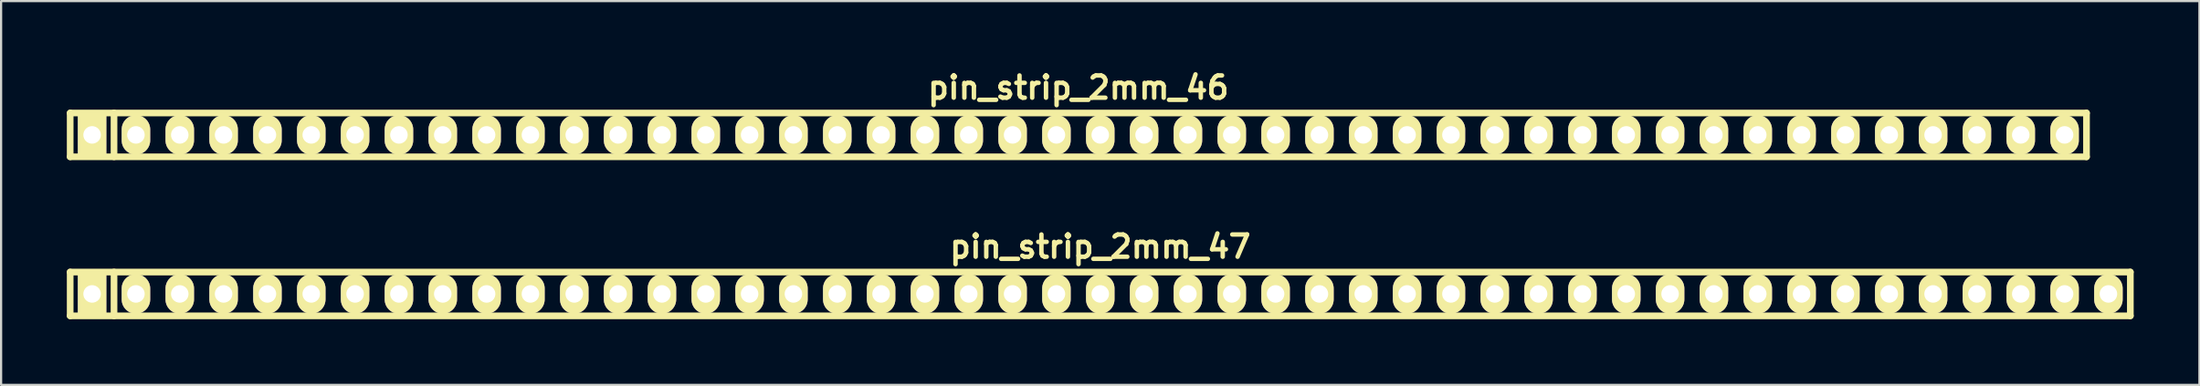
<source format=kicad_pcb>
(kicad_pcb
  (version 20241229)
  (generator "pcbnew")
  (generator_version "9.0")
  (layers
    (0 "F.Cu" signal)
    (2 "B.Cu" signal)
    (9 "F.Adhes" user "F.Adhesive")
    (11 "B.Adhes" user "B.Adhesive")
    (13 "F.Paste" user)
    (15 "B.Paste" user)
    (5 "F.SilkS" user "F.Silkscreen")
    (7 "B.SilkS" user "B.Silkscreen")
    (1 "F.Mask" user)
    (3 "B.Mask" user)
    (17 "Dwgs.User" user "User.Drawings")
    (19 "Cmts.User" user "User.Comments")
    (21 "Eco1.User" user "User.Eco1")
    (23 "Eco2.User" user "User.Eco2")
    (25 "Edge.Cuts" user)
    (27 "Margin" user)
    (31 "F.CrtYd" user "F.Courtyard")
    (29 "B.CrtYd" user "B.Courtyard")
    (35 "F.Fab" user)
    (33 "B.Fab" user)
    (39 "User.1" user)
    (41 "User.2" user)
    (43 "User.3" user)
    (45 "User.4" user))
  (footprint "pin_strip_2mm_47"
    (layer "F.Cu")
    (at 47.152 10.372)
    (property "Reference" "pin_strip_2mm_47" (at 0 -2.159 0) (layer "F.SilkS") (effects (font (size 1.016 1.016) (thickness 0.203))))
    (attr through_hole)
    (fp_line (start -47 -1) (end 47 -1) (stroke (width 0.305) (type solid)) (layer "F.SilkS"))
    (fp_line (start -47 1) (end -47 -1) (stroke (width 0.305) (type solid)) (layer "F.SilkS"))
    (fp_line (start -45 -1) (end -45 1) (stroke (width 0.305) (type solid)) (layer "F.SilkS"))
    (fp_line (start 47 -1) (end 47 1) (stroke (width 0.305) (type solid)) (layer "F.SilkS"))
    (fp_line (start 47 1) (end -47 1) (stroke (width 0.305) (type solid)) (layer "F.SilkS"))
    (pad "1" thru_hole rect (at -46 0) (size 1.3 1.8) (drill 0.8) (layers "*.Cu" "*.Mask" "F.SilkS"))
    (pad "2" thru_hole oval (at -44 0) (size 1.3 1.8) (drill 0.8) (layers "*.Cu" "*.Mask" "F.SilkS"))
    (pad "3" thru_hole oval (at -42 0) (size 1.3 1.8) (drill 0.8) (layers "*.Cu" "*.Mask" "F.SilkS"))
    (pad "4" thru_hole oval (at -40 0) (size 1.3 1.8) (drill 0.8) (layers "*.Cu" "*.Mask" "F.SilkS"))
    (pad "5" thru_hole oval (at -38 0) (size 1.3 1.8) (drill 0.8) (layers "*.Cu" "*.Mask" "F.SilkS"))
    (pad "6" thru_hole oval (at -36 0) (size 1.3 1.8) (drill 0.8) (layers "*.Cu" "*.Mask" "F.SilkS"))
    (pad "7" thru_hole oval (at -34 0) (size 1.3 1.8) (drill 0.8) (layers "*.Cu" "*.Mask" "F.SilkS"))
    (pad "8" thru_hole oval (at -32 0) (size 1.3 1.8) (drill 0.8) (layers "*.Cu" "*.Mask" "F.SilkS"))
    (pad "9" thru_hole oval (at -30 0) (size 1.3 1.8) (drill 0.8) (layers "*.Cu" "*.Mask" "F.SilkS"))
    (pad "10" thru_hole oval (at -28 0) (size 1.3 1.8) (drill 0.8) (layers "*.Cu" "*.Mask" "F.SilkS"))
    (pad "11" thru_hole oval (at -26 0) (size 1.3 1.8) (drill 0.8) (layers "*.Cu" "*.Mask" "F.SilkS"))
    (pad "12" thru_hole oval (at -24 0) (size 1.3 1.8) (drill 0.8) (layers "*.Cu" "*.Mask" "F.SilkS"))
    (pad "13" thru_hole oval (at -22 0) (size 1.3 1.8) (drill 0.8) (layers "*.Cu" "*.Mask" "F.SilkS"))
    (pad "14" thru_hole oval (at -20 0) (size 1.3 1.8) (drill 0.8) (layers "*.Cu" "*.Mask" "F.SilkS"))
    (pad "15" thru_hole oval (at -18 0) (size 1.3 1.8) (drill 0.8) (layers "*.Cu" "*.Mask" "F.SilkS"))
    (pad "16" thru_hole oval (at -16 0) (size 1.3 1.8) (drill 0.8) (layers "*.Cu" "*.Mask" "F.SilkS"))
    (pad "17" thru_hole oval (at -14 0) (size 1.3 1.8) (drill 0.8) (layers "*.Cu" "*.Mask" "F.SilkS"))
    (pad "18" thru_hole oval (at -12 0) (size 1.3 1.8) (drill 0.8) (layers "*.Cu" "*.Mask" "F.SilkS"))
    (pad "19" thru_hole oval (at -10 0) (size 1.3 1.8) (drill 0.8) (layers "*.Cu" "*.Mask" "F.SilkS"))
    (pad "20" thru_hole oval (at -8 0) (size 1.3 1.8) (drill 0.8) (layers "*.Cu" "*.Mask" "F.SilkS"))
    (pad "21" thru_hole oval (at -6 0) (size 1.3 1.8) (drill 0.8) (layers "*.Cu" "*.Mask" "F.SilkS"))
    (pad "22" thru_hole oval (at -4 0) (size 1.3 1.8) (drill 0.8) (layers "*.Cu" "*.Mask" "F.SilkS"))
    (pad "23" thru_hole oval (at -2 0) (size 1.3 1.8) (drill 0.8) (layers "*.Cu" "*.Mask" "F.SilkS"))
    (pad "24" thru_hole oval (at 0 0) (size 1.3 1.8) (drill 0.8) (layers "*.Cu" "*.Mask" "F.SilkS"))
    (pad "25" thru_hole oval (at 2 0) (size 1.3 1.8) (drill 0.8) (layers "*.Cu" "*.Mask" "F.SilkS"))
    (pad "26" thru_hole oval (at 4 0) (size 1.3 1.8) (drill 0.8) (layers "*.Cu" "*.Mask" "F.SilkS"))
    (pad "27" thru_hole oval (at 6 0) (size 1.3 1.8) (drill 0.8) (layers "*.Cu" "*.Mask" "F.SilkS"))
    (pad "28" thru_hole oval (at 8 0) (size 1.3 1.8) (drill 0.8) (layers "*.Cu" "*.Mask" "F.SilkS"))
    (pad "29" thru_hole oval (at 10 0) (size 1.3 1.8) (drill 0.8) (layers "*.Cu" "*.Mask" "F.SilkS"))
    (pad "30" thru_hole oval (at 12 0) (size 1.3 1.8) (drill 0.8) (layers "*.Cu" "*.Mask" "F.SilkS"))
    (pad "31" thru_hole oval (at 14 0) (size 1.3 1.8) (drill 0.8) (layers "*.Cu" "*.Mask" "F.SilkS"))
    (pad "32" thru_hole oval (at 16 0) (size 1.3 1.8) (drill 0.8) (layers "*.Cu" "*.Mask" "F.SilkS"))
    (pad "33" thru_hole oval (at 18 0) (size 1.3 1.8) (drill 0.8) (layers "*.Cu" "*.Mask" "F.SilkS"))
    (pad "34" thru_hole oval (at 20 0) (size 1.3 1.8) (drill 0.8) (layers "*.Cu" "*.Mask" "F.SilkS"))
    (pad "35" thru_hole oval (at 22 0) (size 1.3 1.8) (drill 0.8) (layers "*.Cu" "*.Mask" "F.SilkS"))
    (pad "36" thru_hole oval (at 24 0) (size 1.3 1.8) (drill 0.8) (layers "*.Cu" "*.Mask" "F.SilkS"))
    (pad "37" thru_hole oval (at 26 0) (size 1.3 1.8) (drill 0.8) (layers "*.Cu" "*.Mask" "F.SilkS"))
    (pad "38" thru_hole oval (at 28 0) (size 1.3 1.8) (drill 0.8) (layers "*.Cu" "*.Mask" "F.SilkS"))
    (pad "39" thru_hole oval (at 30 0) (size 1.3 1.8) (drill 0.8) (layers "*.Cu" "*.Mask" "F.SilkS"))
    (pad "40" thru_hole oval (at 32 0) (size 1.3 1.8) (drill 0.8) (layers "*.Cu" "*.Mask" "F.SilkS"))
    (pad "41" thru_hole oval (at 34 0) (size 1.3 1.8) (drill 0.8) (layers "*.Cu" "*.Mask" "F.SilkS"))
    (pad "42" thru_hole oval (at 36 0) (size 1.3 1.8) (drill 0.8) (layers "*.Cu" "*.Mask" "F.SilkS"))
    (pad "43" thru_hole oval (at 38 0) (size 1.3 1.8) (drill 0.8) (layers "*.Cu" "*.Mask" "F.SilkS"))
    (pad "44" thru_hole oval (at 40 0) (size 1.3 1.8) (drill 0.8) (layers "*.Cu" "*.Mask" "F.SilkS"))
    (pad "45" thru_hole oval (at 42 0) (size 1.3 1.8) (drill 0.8) (layers "*.Cu" "*.Mask" "F.SilkS"))
    (pad "46" thru_hole oval (at 44 0) (size 1.3 1.8) (drill 0.8) (layers "*.Cu" "*.Mask" "F.SilkS"))
    (pad "47" thru_hole oval (at 46 0) (size 1.3 1.8) (drill 0.8) (layers "*.Cu" "*.Mask" "F.SilkS")))
  (footprint "pin_strip_2mm_46"
    (layer "F.Cu")
    (at 46.152 3.11)
    (property "Reference" "pin_strip_2mm_46" (at 0 -2.159 0) (layer "F.SilkS") (effects (font (size 1.016 1.016) (thickness 0.203))))
    (attr through_hole)
    (fp_line (start -46 -1) (end 46 -1) (stroke (width 0.305) (type solid)) (layer "F.SilkS"))
    (fp_line (start -46 1) (end -46 -1) (stroke (width 0.305) (type solid)) (layer "F.SilkS"))
    (fp_line (start -44 -1) (end -44 1) (stroke (width 0.305) (type solid)) (layer "F.SilkS"))
    (fp_line (start 46 -1) (end 46 1) (stroke (width 0.305) (type solid)) (layer "F.SilkS"))
    (fp_line (start 46 1) (end -46 1) (stroke (width 0.305) (type solid)) (layer "F.SilkS"))
    (pad "1" thru_hole rect (at -45 0) (size 1.3 1.8) (drill 0.8) (layers "*.Cu" "*.Mask" "F.SilkS"))
    (pad "2" thru_hole oval (at -43 0) (size 1.3 1.8) (drill 0.8) (layers "*.Cu" "*.Mask" "F.SilkS"))
    (pad "3" thru_hole oval (at -41 0) (size 1.3 1.8) (drill 0.8) (layers "*.Cu" "*.Mask" "F.SilkS"))
    (pad "4" thru_hole oval (at -39 0) (size 1.3 1.8) (drill 0.8) (layers "*.Cu" "*.Mask" "F.SilkS"))
    (pad "5" thru_hole oval (at -37 0) (size 1.3 1.8) (drill 0.8) (layers "*.Cu" "*.Mask" "F.SilkS"))
    (pad "6" thru_hole oval (at -35 0) (size 1.3 1.8) (drill 0.8) (layers "*.Cu" "*.Mask" "F.SilkS"))
    (pad "7" thru_hole oval (at -33 0) (size 1.3 1.8) (drill 0.8) (layers "*.Cu" "*.Mask" "F.SilkS"))
    (pad "8" thru_hole oval (at -31 0) (size 1.3 1.8) (drill 0.8) (layers "*.Cu" "*.Mask" "F.SilkS"))
    (pad "9" thru_hole oval (at -29 0) (size 1.3 1.8) (drill 0.8) (layers "*.Cu" "*.Mask" "F.SilkS"))
    (pad "10" thru_hole oval (at -27 0) (size 1.3 1.8) (drill 0.8) (layers "*.Cu" "*.Mask" "F.SilkS"))
    (pad "11" thru_hole oval (at -25 0) (size 1.3 1.8) (drill 0.8) (layers "*.Cu" "*.Mask" "F.SilkS"))
    (pad "12" thru_hole oval (at -23 0) (size 1.3 1.8) (drill 0.8) (layers "*.Cu" "*.Mask" "F.SilkS"))
    (pad "13" thru_hole oval (at -21 0) (size 1.3 1.8) (drill 0.8) (layers "*.Cu" "*.Mask" "F.SilkS"))
    (pad "14" thru_hole oval (at -19 0) (size 1.3 1.8) (drill 0.8) (layers "*.Cu" "*.Mask" "F.SilkS"))
    (pad "15" thru_hole oval (at -17 0) (size 1.3 1.8) (drill 0.8) (layers "*.Cu" "*.Mask" "F.SilkS"))
    (pad "16" thru_hole oval (at -15 0) (size 1.3 1.8) (drill 0.8) (layers "*.Cu" "*.Mask" "F.SilkS"))
    (pad "17" thru_hole oval (at -13 0) (size 1.3 1.8) (drill 0.8) (layers "*.Cu" "*.Mask" "F.SilkS"))
    (pad "18" thru_hole oval (at -11 0) (size 1.3 1.8) (drill 0.8) (layers "*.Cu" "*.Mask" "F.SilkS"))
    (pad "19" thru_hole oval (at -9 0) (size 1.3 1.8) (drill 0.8) (layers "*.Cu" "*.Mask" "F.SilkS"))
    (pad "20" thru_hole oval (at -7 0) (size 1.3 1.8) (drill 0.8) (layers "*.Cu" "*.Mask" "F.SilkS"))
    (pad "21" thru_hole oval (at -5 0) (size 1.3 1.8) (drill 0.8) (layers "*.Cu" "*.Mask" "F.SilkS"))
    (pad "22" thru_hole oval (at -3 0) (size 1.3 1.8) (drill 0.8) (layers "*.Cu" "*.Mask" "F.SilkS"))
    (pad "23" thru_hole oval (at -1 0) (size 1.3 1.8) (drill 0.8) (layers "*.Cu" "*.Mask" "F.SilkS"))
    (pad "24" thru_hole oval (at 1 0) (size 1.3 1.8) (drill 0.8) (layers "*.Cu" "*.Mask" "F.SilkS"))
    (pad "25" thru_hole oval (at 3 0) (size 1.3 1.8) (drill 0.8) (layers "*.Cu" "*.Mask" "F.SilkS"))
    (pad "26" thru_hole oval (at 5 0) (size 1.3 1.8) (drill 0.8) (layers "*.Cu" "*.Mask" "F.SilkS"))
    (pad "27" thru_hole oval (at 7 0) (size 1.3 1.8) (drill 0.8) (layers "*.Cu" "*.Mask" "F.SilkS"))
    (pad "28" thru_hole oval (at 9 0) (size 1.3 1.8) (drill 0.8) (layers "*.Cu" "*.Mask" "F.SilkS"))
    (pad "29" thru_hole oval (at 11 0) (size 1.3 1.8) (drill 0.8) (layers "*.Cu" "*.Mask" "F.SilkS"))
    (pad "30" thru_hole oval (at 13 0) (size 1.3 1.8) (drill 0.8) (layers "*.Cu" "*.Mask" "F.SilkS"))
    (pad "31" thru_hole oval (at 15 0) (size 1.3 1.8) (drill 0.8) (layers "*.Cu" "*.Mask" "F.SilkS"))
    (pad "32" thru_hole oval (at 17 0) (size 1.3 1.8) (drill 0.8) (layers "*.Cu" "*.Mask" "F.SilkS"))
    (pad "33" thru_hole oval (at 19 0) (size 1.3 1.8) (drill 0.8) (layers "*.Cu" "*.Mask" "F.SilkS"))
    (pad "34" thru_hole oval (at 21 0) (size 1.3 1.8) (drill 0.8) (layers "*.Cu" "*.Mask" "F.SilkS"))
    (pad "35" thru_hole oval (at 23 0) (size 1.3 1.8) (drill 0.8) (layers "*.Cu" "*.Mask" "F.SilkS"))
    (pad "36" thru_hole oval (at 25 0) (size 1.3 1.8) (drill 0.8) (layers "*.Cu" "*.Mask" "F.SilkS"))
    (pad "37" thru_hole oval (at 27 0) (size 1.3 1.8) (drill 0.8) (layers "*.Cu" "*.Mask" "F.SilkS"))
    (pad "38" thru_hole oval (at 29 0) (size 1.3 1.8) (drill 0.8) (layers "*.Cu" "*.Mask" "F.SilkS"))
    (pad "39" thru_hole oval (at 31 0) (size 1.3 1.8) (drill 0.8) (layers "*.Cu" "*.Mask" "F.SilkS"))
    (pad "40" thru_hole oval (at 33 0) (size 1.3 1.8) (drill 0.8) (layers "*.Cu" "*.Mask" "F.SilkS"))
    (pad "41" thru_hole oval (at 35 0) (size 1.3 1.8) (drill 0.8) (layers "*.Cu" "*.Mask" "F.SilkS"))
    (pad "42" thru_hole oval (at 37 0) (size 1.3 1.8) (drill 0.8) (layers "*.Cu" "*.Mask" "F.SilkS"))
    (pad "43" thru_hole oval (at 39 0) (size 1.3 1.8) (drill 0.8) (layers "*.Cu" "*.Mask" "F.SilkS"))
    (pad "44" thru_hole oval (at 41 0) (size 1.3 1.8) (drill 0.8) (layers "*.Cu" "*.Mask" "F.SilkS"))
    (pad "45" thru_hole oval (at 43 0) (size 1.3 1.8) (drill 0.8) (layers "*.Cu" "*.Mask" "F.SilkS"))
    (pad "46" thru_hole oval (at 45 0) (size 1.3 1.8) (drill 0.8) (layers "*.Cu" "*.Mask" "F.SilkS")))
  (gr_rect
    (start -3 -3)
    (end 97.305 14.525)
    (stroke (width 0.1) (type default))
    (fill no)
    (layer "Edge.Cuts")))
</source>
